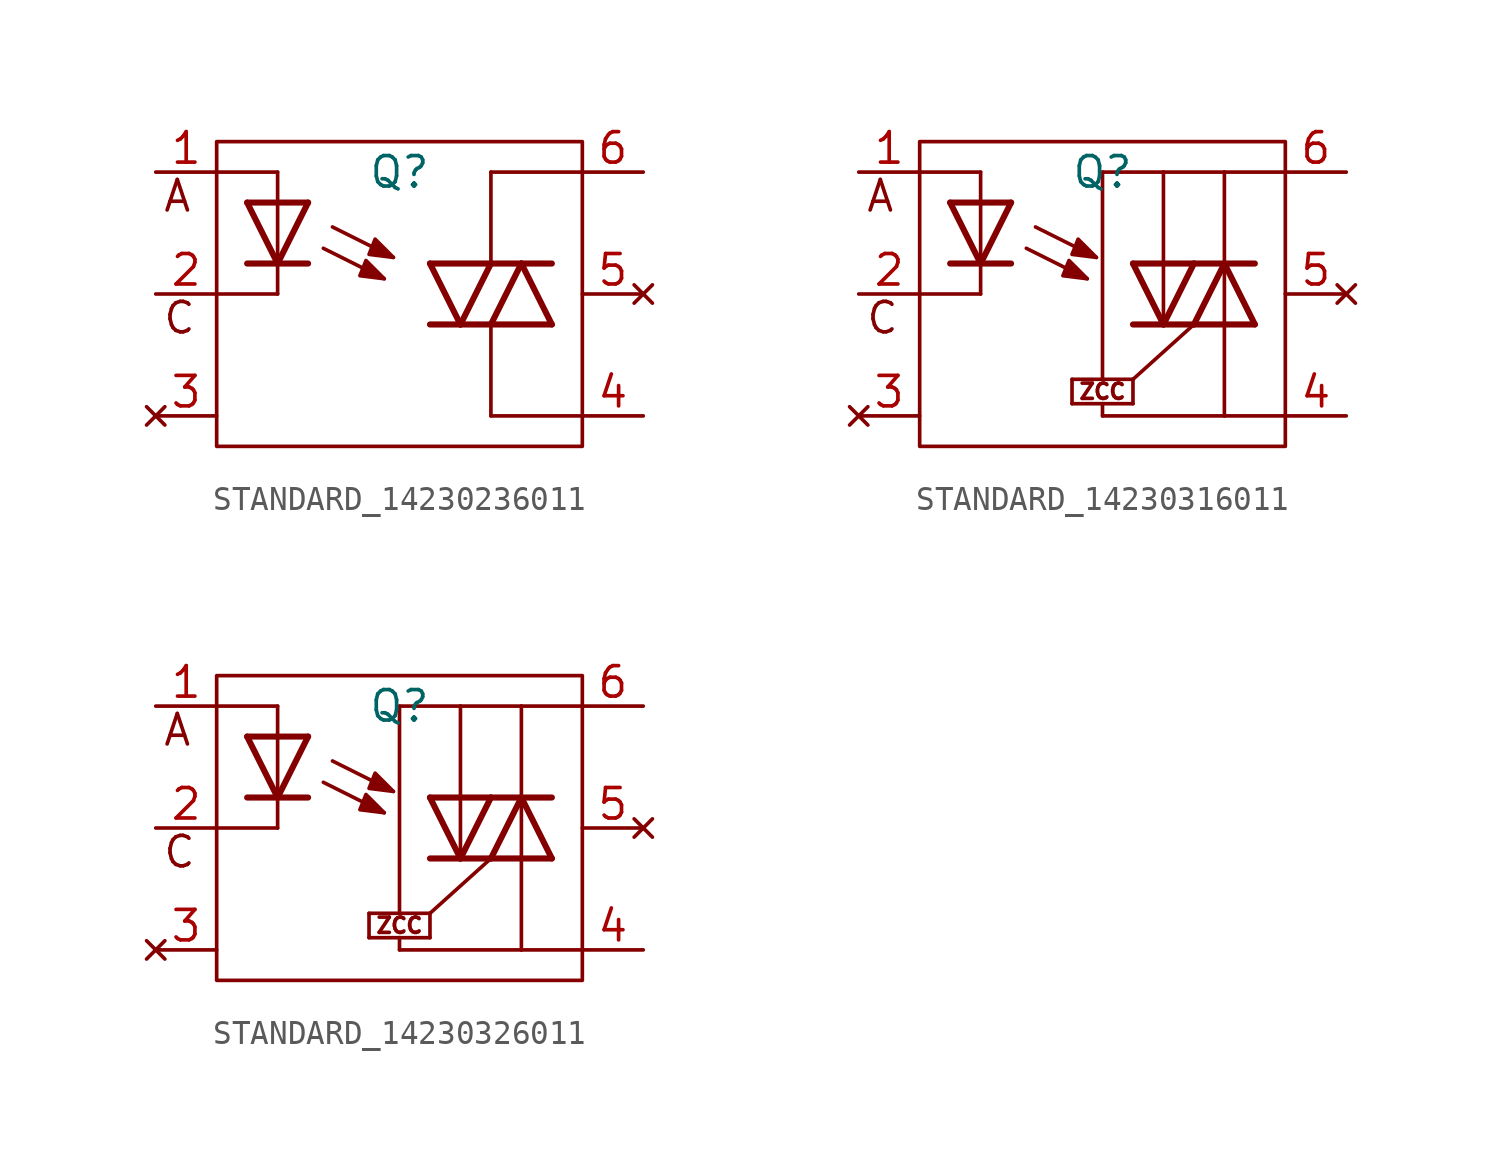
<source format=kicad_sym>
(kicad_symbol_lib
  (version 20220914)
  (generator kicad_symbol_editor)
  (symbol "STANDARD_14230236011"
    (pin_names hide)
    (property "Reference" "Q"
      (at 0 5.08 0)
      (effects (font (size 1.27 1.27))))
    (symbol "STANDARD_14230236011_0_0"
      (rectangle (start -7.62 6.35) (end 7.62 -6.35) (stroke (width 0) (type default)) (fill (type none)))
      (polyline (pts (xy -5.08 0) (xy -7.62 0)) (stroke (width 0.152) (type default)) (fill (type none)))
      (polyline (pts (xy -5.08 1.27) (xy -6.35 1.27)) (stroke (width 0.254) (type default)) (fill (type none)))
      (polyline (pts (xy -5.08 1.27) (xy -6.35 3.81)) (stroke (width 0.254) (type default)) (fill (type none)))
      (polyline (pts (xy -5.08 1.27) (xy -5.08 0)) (stroke (width 0.152) (type default)) (fill (type none)))
      (polyline (pts (xy -5.08 3.81) (xy -6.35 3.81)) (stroke (width 0.254) (type default)) (fill (type none)))
      (polyline (pts (xy -5.08 3.81) (xy -5.08 1.27)) (stroke (width 0.152) (type default)) (fill (type none)))
      (polyline (pts (xy -5.08 3.81) (xy -5.08 5.08)) (stroke (width 0.152) (type default)) (fill (type none)))
      (polyline (pts (xy -5.08 5.08) (xy -7.62 5.08)) (stroke (width 0.152) (type default)) (fill (type none)))
      (polyline (pts (xy -3.81 1.27) (xy -5.08 1.27)) (stroke (width 0.254) (type default)) (fill (type none)))
      (polyline (pts (xy -3.81 3.81) (xy -5.08 1.27)) (stroke (width 0.254) (type default)) (fill (type none)))
      (polyline (pts (xy -3.81 3.81) (xy -5.08 3.81)) (stroke (width 0.254) (type default)) (fill (type none)))
      (polyline (pts (xy -3.175 1.905) (xy -0.635 0.635)) (stroke (width 0.152) (type default)) (fill (type none)))
      (polyline (pts (xy -2.794 2.794) (xy -0.254 1.524)) (stroke (width 0.152) (type default)) (fill (type none)))
      (polyline (pts (xy 2.54 -1.27) (xy 1.27 -1.27)) (stroke (width 0.254) (type default)) (fill (type none)))
      (polyline (pts (xy 2.54 -1.27) (xy 1.27 1.27)) (stroke (width 0.254) (type default)) (fill (type none)))
      (polyline (pts (xy 3.81 -1.27) (xy 2.54 -1.27)) (stroke (width 0.254) (type default)) (fill (type none)))
      (polyline (pts (xy 3.81 -1.27) (xy 3.81 -5.08)) (stroke (width 0.152) (type default)) (fill (type none)))
      (polyline (pts (xy 3.81 -1.27) (xy 5.08 1.27)) (stroke (width 0.254) (type default)) (fill (type none)))
      (polyline (pts (xy 3.81 -1.27) (xy 6.35 -1.27)) (stroke (width 0.254) (type default)) (fill (type none)))
      (polyline (pts (xy 3.81 1.27) (xy 1.27 1.27)) (stroke (width 0.254) (type default)) (fill (type none)))
      (polyline (pts (xy 3.81 1.27) (xy 2.54 -1.27)) (stroke (width 0.254) (type default)) (fill (type none)))
      (polyline (pts (xy 3.81 1.27) (xy 3.81 5.08)) (stroke (width 0.152) (type default)) (fill (type none)))
      (polyline (pts (xy 3.81 1.27) (xy 5.08 1.27)) (stroke (width 0.254) (type default)) (fill (type none)))
      (polyline (pts (xy 5.08 1.27) (xy 6.35 -1.27)) (stroke (width 0.254) (type default)) (fill (type none)))
      (polyline (pts (xy 5.08 1.27) (xy 6.35 1.27)) (stroke (width 0.254) (type default)) (fill (type none)))
      (polyline (pts (xy 7.62 -5.08) (xy 3.81 -5.08)) (stroke (width 0.152) (type default)) (fill (type none)))
      (polyline (pts (xy 7.62 5.08) (xy 3.81 5.08)) (stroke (width 0.152) (type default)) (fill (type none)))
      (polyline (pts (xy -1.397 1.397) (xy -0.635 0.635) (xy -1.651 0.762) (xy -1.397 1.397)) (stroke (width 0.152) (type default)) (fill (type outline)))
      (polyline (pts (xy -1.016 2.286) (xy -0.254 1.524) (xy -1.27 1.651) (xy -1.016 2.286)) (stroke (width 0.152) (type default)) (fill (type outline)))
      (text "A" (at -9.906 4.826 0) (effects (font (size 1.27 1.27)) (justify left top)))
      (text "C" (at -9.906 -0.254 0) (effects (font (size 1.27 1.27)) (justify left top))))
    (symbol "STANDARD_14230236011_1_0"
      (pin passive line (at -10.16 5.08 0) (length 2.54) (name "Anode" (effects (font (size 1.27 1.27)))) (number "1" (effects (font (size 1.27 1.27)))))
      (pin passive line (at -10.16 0 0) (length 2.54) (name "Cathode" (effects (font (size 1.27 1.27)))) (number "2" (effects (font (size 1.27 1.27)))))
      (pin no_connect line (at -10.16 -5.08 0) (length 2.54) (name "NC" (effects (font (size 1.27 1.27)))) (number "3" (effects (font (size 1.27 1.27)))))
      (pin passive line (at 10.16 -5.08 180) (length 2.54) (name "Teminal" (effects (font (size 1.27 1.27)))) (number "4" (effects (font (size 1.27 1.27)))))
      (pin no_connect line (at 10.16 0 180) (length 2.54) (name "NC" (effects (font (size 1.27 1.27)))) (number "5" (effects (font (size 1.27 1.27)))))
      (pin passive line (at 10.16 5.08 180) (length 2.54) (name "Teminal" (effects (font (size 1.27 1.27)))) (number "6" (effects (font (size 1.27 1.27)))))))
  (symbol "STANDARD_14230316011"
    (pin_names hide)
    (property "Reference" "Q"
      (at 0 5.08 0)
      (effects (font (size 1.27 1.27))))
    (symbol "STANDARD_14230316011_0_0"
      (rectangle (start -7.62 6.35) (end 7.62 -6.35) (stroke (width 0) (type default)) (fill (type none)))
      (polyline (pts (xy -5.08 0) (xy -7.62 0)) (stroke (width 0.152) (type default)) (fill (type none)))
      (polyline (pts (xy -5.08 1.27) (xy -6.35 1.27)) (stroke (width 0.254) (type default)) (fill (type none)))
      (polyline (pts (xy -5.08 1.27) (xy -6.35 3.81)) (stroke (width 0.254) (type default)) (fill (type none)))
      (polyline (pts (xy -5.08 1.27) (xy -5.08 0)) (stroke (width 0.152) (type default)) (fill (type none)))
      (polyline (pts (xy -5.08 3.81) (xy -6.35 3.81)) (stroke (width 0.254) (type default)) (fill (type none)))
      (polyline (pts (xy -5.08 3.81) (xy -5.08 1.27)) (stroke (width 0.152) (type default)) (fill (type none)))
      (polyline (pts (xy -5.08 3.81) (xy -5.08 5.08)) (stroke (width 0.152) (type default)) (fill (type none)))
      (polyline (pts (xy -5.08 5.08) (xy -7.62 5.08)) (stroke (width 0.152) (type default)) (fill (type none)))
      (polyline (pts (xy -3.81 1.27) (xy -5.08 1.27)) (stroke (width 0.254) (type default)) (fill (type none)))
      (polyline (pts (xy -3.81 3.81) (xy -5.08 1.27)) (stroke (width 0.254) (type default)) (fill (type none)))
      (polyline (pts (xy -3.81 3.81) (xy -5.08 3.81)) (stroke (width 0.254) (type default)) (fill (type none)))
      (polyline (pts (xy -3.175 1.905) (xy -0.635 0.635)) (stroke (width 0.152) (type default)) (fill (type none)))
      (polyline (pts (xy -2.794 2.794) (xy -0.254 1.524)) (stroke (width 0.152) (type default)) (fill (type none)))
      (polyline (pts (xy -1.27 -4.572) (xy -1.27 -3.556)) (stroke (width 0.152) (type default)) (fill (type none)))
      (polyline (pts (xy -1.27 -3.556) (xy 0 -3.556)) (stroke (width 0.152) (type default)) (fill (type none)))
      (polyline (pts (xy 0 -5.08) (xy 5.08 -5.08)) (stroke (width 0.152) (type default)) (fill (type none)))
      (polyline (pts (xy 0 -4.572) (xy -1.27 -4.572)) (stroke (width 0.152) (type default)) (fill (type none)))
      (polyline (pts (xy 0 -4.572) (xy 0 -5.08)) (stroke (width 0.152) (type default)) (fill (type none)))
      (polyline (pts (xy 0 -3.556) (xy 1.27 -3.556)) (stroke (width 0.152) (type default)) (fill (type none)))
      (polyline (pts (xy 0 5.08) (xy 0 -3.556)) (stroke (width 0.152) (type default)) (fill (type none)))
      (polyline (pts (xy 1.27 -4.572) (xy 0 -4.572)) (stroke (width 0.152) (type default)) (fill (type none)))
      (polyline (pts (xy 1.27 -3.556) (xy 1.27 -4.572)) (stroke (width 0.152) (type default)) (fill (type none)))
      (polyline (pts (xy 1.27 -3.556) (xy 3.81 -1.27)) (stroke (width 0.152) (type default)) (fill (type none)))
      (polyline (pts (xy 2.54 -1.27) (xy 1.27 -1.27)) (stroke (width 0.254) (type default)) (fill (type none)))
      (polyline (pts (xy 2.54 -1.27) (xy 1.27 1.27)) (stroke (width 0.254) (type default)) (fill (type none)))
      (polyline (pts (xy 2.54 1.27) (xy 1.27 1.27)) (stroke (width 0.254) (type default)) (fill (type none)))
      (polyline (pts (xy 2.54 1.27) (xy 2.54 -1.27)) (stroke (width 0.152) (type default)) (fill (type none)))
      (polyline (pts (xy 2.54 1.27) (xy 2.54 5.08)) (stroke (width 0.152) (type default)) (fill (type none)))
      (polyline (pts (xy 2.54 5.08) (xy 0 5.08)) (stroke (width 0.152) (type default)) (fill (type none)))
      (polyline (pts (xy 3.81 -1.27) (xy 2.54 -1.27)) (stroke (width 0.254) (type default)) (fill (type none)))
      (polyline (pts (xy 3.81 -1.27) (xy 5.08 -1.27)) (stroke (width 0.254) (type default)) (fill (type none)))
      (polyline (pts (xy 3.81 -1.27) (xy 5.08 1.27)) (stroke (width 0.254) (type default)) (fill (type none)))
      (polyline (pts (xy 3.81 1.27) (xy 2.54 -1.27)) (stroke (width 0.254) (type default)) (fill (type none)))
      (polyline (pts (xy 3.81 1.27) (xy 2.54 1.27)) (stroke (width 0.254) (type default)) (fill (type none)))
      (polyline (pts (xy 3.81 1.27) (xy 5.08 1.27)) (stroke (width 0.254) (type default)) (fill (type none)))
      (polyline (pts (xy 5.08 -1.27) (xy 5.08 -5.08)) (stroke (width 0.152) (type default)) (fill (type none)))
      (polyline (pts (xy 5.08 -1.27) (xy 5.08 1.27)) (stroke (width 0.152) (type default)) (fill (type none)))
      (polyline (pts (xy 5.08 -1.27) (xy 6.35 -1.27)) (stroke (width 0.254) (type default)) (fill (type none)))
      (polyline (pts (xy 5.08 1.27) (xy 5.08 5.08)) (stroke (width 0.152) (type default)) (fill (type none)))
      (polyline (pts (xy 5.08 1.27) (xy 6.35 -1.27)) (stroke (width 0.254) (type default)) (fill (type none)))
      (polyline (pts (xy 5.08 1.27) (xy 6.35 1.27)) (stroke (width 0.254) (type default)) (fill (type none)))
      (polyline (pts (xy 5.08 5.08) (xy 2.54 5.08)) (stroke (width 0.152) (type default)) (fill (type none)))
      (polyline (pts (xy 7.62 -5.08) (xy 5.08 -5.08)) (stroke (width 0.152) (type default)) (fill (type none)))
      (polyline (pts (xy 7.62 5.08) (xy 5.08 5.08)) (stroke (width 0.152) (type default)) (fill (type none)))
      (polyline (pts (xy -1.397 1.397) (xy -0.635 0.635) (xy -1.651 0.762) (xy -1.397 1.397)) (stroke (width 0.152) (type default)) (fill (type outline)))
      (polyline (pts (xy -1.016 2.286) (xy -0.254 1.524) (xy -1.27 1.651) (xy -1.016 2.286)) (stroke (width 0.152) (type default)) (fill (type outline)))
      (text "A" (at -9.906 4.826 0) (effects (font (size 1.27 1.27)) (justify left top)))
      (text "C" (at -9.906 -0.254 0) (effects (font (size 1.27 1.27)) (justify left top))))
    (symbol "STANDARD_14230316011_1_0"
      (text "ZCC" (at 0 -4.064 0) (effects (font (size 0.635 0.635))))
      (pin passive line (at -10.16 5.08 0) (length 2.54) (name "Anode" (effects (font (size 1.27 1.27)))) (number "1" (effects (font (size 1.27 1.27)))))
      (pin passive line (at -10.16 0 0) (length 2.54) (name "Cathode" (effects (font (size 1.27 1.27)))) (number "2" (effects (font (size 1.27 1.27)))))
      (pin no_connect line (at -10.16 -5.08 0) (length 2.54) (name "NC" (effects (font (size 1.27 1.27)))) (number "3" (effects (font (size 1.27 1.27)))))
      (pin passive line (at 10.16 -5.08 180) (length 2.54) (name "Teminal" (effects (font (size 1.27 1.27)))) (number "4" (effects (font (size 1.27 1.27)))))
      (pin no_connect line (at 10.16 0 180) (length 2.54) (name "NC" (effects (font (size 1.27 1.27)))) (number "5" (effects (font (size 1.27 1.27)))))
      (pin passive line (at 10.16 5.08 180) (length 2.54) (name "Teminal" (effects (font (size 1.27 1.27)))) (number "6" (effects (font (size 1.27 1.27)))))))
  (symbol "STANDARD_14230326011"
    (pin_names hide)
    (property "Reference" "Q"
      (at 0 5.08 0)
      (effects (font (size 1.27 1.27))))
    (symbol "STANDARD_14230326011_0_0"
      (rectangle (start -7.62 6.35) (end 7.62 -6.35) (stroke (width 0) (type default)) (fill (type none)))
      (polyline (pts (xy -5.08 0) (xy -7.62 0)) (stroke (width 0.152) (type default)) (fill (type none)))
      (polyline (pts (xy -5.08 1.27) (xy -6.35 1.27)) (stroke (width 0.254) (type default)) (fill (type none)))
      (polyline (pts (xy -5.08 1.27) (xy -6.35 3.81)) (stroke (width 0.254) (type default)) (fill (type none)))
      (polyline (pts (xy -5.08 1.27) (xy -5.08 0)) (stroke (width 0.152) (type default)) (fill (type none)))
      (polyline (pts (xy -5.08 3.81) (xy -6.35 3.81)) (stroke (width 0.254) (type default)) (fill (type none)))
      (polyline (pts (xy -5.08 3.81) (xy -5.08 1.27)) (stroke (width 0.152) (type default)) (fill (type none)))
      (polyline (pts (xy -5.08 3.81) (xy -5.08 5.08)) (stroke (width 0.152) (type default)) (fill (type none)))
      (polyline (pts (xy -5.08 5.08) (xy -7.62 5.08)) (stroke (width 0.152) (type default)) (fill (type none)))
      (polyline (pts (xy -3.81 1.27) (xy -5.08 1.27)) (stroke (width 0.254) (type default)) (fill (type none)))
      (polyline (pts (xy -3.81 3.81) (xy -5.08 1.27)) (stroke (width 0.254) (type default)) (fill (type none)))
      (polyline (pts (xy -3.81 3.81) (xy -5.08 3.81)) (stroke (width 0.254) (type default)) (fill (type none)))
      (polyline (pts (xy -3.175 1.905) (xy -0.635 0.635)) (stroke (width 0.152) (type default)) (fill (type none)))
      (polyline (pts (xy -2.794 2.794) (xy -0.254 1.524)) (stroke (width 0.152) (type default)) (fill (type none)))
      (polyline (pts (xy -1.27 -4.572) (xy -1.27 -3.556)) (stroke (width 0.152) (type default)) (fill (type none)))
      (polyline (pts (xy -1.27 -3.556) (xy 0 -3.556)) (stroke (width 0.152) (type default)) (fill (type none)))
      (polyline (pts (xy 0 -5.08) (xy 5.08 -5.08)) (stroke (width 0.152) (type default)) (fill (type none)))
      (polyline (pts (xy 0 -4.572) (xy -1.27 -4.572)) (stroke (width 0.152) (type default)) (fill (type none)))
      (polyline (pts (xy 0 -4.572) (xy 0 -5.08)) (stroke (width 0.152) (type default)) (fill (type none)))
      (polyline (pts (xy 0 -3.556) (xy 1.27 -3.556)) (stroke (width 0.152) (type default)) (fill (type none)))
      (polyline (pts (xy 0 5.08) (xy 0 -3.556)) (stroke (width 0.152) (type default)) (fill (type none)))
      (polyline (pts (xy 1.27 -4.572) (xy 0 -4.572)) (stroke (width 0.152) (type default)) (fill (type none)))
      (polyline (pts (xy 1.27 -3.556) (xy 1.27 -4.572)) (stroke (width 0.152) (type default)) (fill (type none)))
      (polyline (pts (xy 1.27 -3.556) (xy 3.81 -1.27)) (stroke (width 0.152) (type default)) (fill (type none)))
      (polyline (pts (xy 2.54 -1.27) (xy 1.27 -1.27)) (stroke (width 0.254) (type default)) (fill (type none)))
      (polyline (pts (xy 2.54 -1.27) (xy 1.27 1.27)) (stroke (width 0.254) (type default)) (fill (type none)))
      (polyline (pts (xy 2.54 1.27) (xy 1.27 1.27)) (stroke (width 0.254) (type default)) (fill (type none)))
      (polyline (pts (xy 2.54 1.27) (xy 2.54 -1.27)) (stroke (width 0.152) (type default)) (fill (type none)))
      (polyline (pts (xy 2.54 1.27) (xy 2.54 5.08)) (stroke (width 0.152) (type default)) (fill (type none)))
      (polyline (pts (xy 2.54 5.08) (xy 0 5.08)) (stroke (width 0.152) (type default)) (fill (type none)))
      (polyline (pts (xy 3.81 -1.27) (xy 2.54 -1.27)) (stroke (width 0.254) (type default)) (fill (type none)))
      (polyline (pts (xy 3.81 -1.27) (xy 5.08 -1.27)) (stroke (width 0.254) (type default)) (fill (type none)))
      (polyline (pts (xy 3.81 -1.27) (xy 5.08 1.27)) (stroke (width 0.254) (type default)) (fill (type none)))
      (polyline (pts (xy 3.81 1.27) (xy 2.54 -1.27)) (stroke (width 0.254) (type default)) (fill (type none)))
      (polyline (pts (xy 3.81 1.27) (xy 2.54 1.27)) (stroke (width 0.254) (type default)) (fill (type none)))
      (polyline (pts (xy 3.81 1.27) (xy 5.08 1.27)) (stroke (width 0.254) (type default)) (fill (type none)))
      (polyline (pts (xy 5.08 -1.27) (xy 5.08 -5.08)) (stroke (width 0.152) (type default)) (fill (type none)))
      (polyline (pts (xy 5.08 -1.27) (xy 5.08 1.27)) (stroke (width 0.152) (type default)) (fill (type none)))
      (polyline (pts (xy 5.08 -1.27) (xy 6.35 -1.27)) (stroke (width 0.254) (type default)) (fill (type none)))
      (polyline (pts (xy 5.08 1.27) (xy 5.08 5.08)) (stroke (width 0.152) (type default)) (fill (type none)))
      (polyline (pts (xy 5.08 1.27) (xy 6.35 -1.27)) (stroke (width 0.254) (type default)) (fill (type none)))
      (polyline (pts (xy 5.08 1.27) (xy 6.35 1.27)) (stroke (width 0.254) (type default)) (fill (type none)))
      (polyline (pts (xy 5.08 5.08) (xy 2.54 5.08)) (stroke (width 0.152) (type default)) (fill (type none)))
      (polyline (pts (xy 7.62 -5.08) (xy 5.08 -5.08)) (stroke (width 0.152) (type default)) (fill (type none)))
      (polyline (pts (xy 7.62 5.08) (xy 5.08 5.08)) (stroke (width 0.152) (type default)) (fill (type none)))
      (polyline (pts (xy -1.397 1.397) (xy -0.635 0.635) (xy -1.651 0.762) (xy -1.397 1.397)) (stroke (width 0.152) (type default)) (fill (type outline)))
      (polyline (pts (xy -1.016 2.286) (xy -0.254 1.524) (xy -1.27 1.651) (xy -1.016 2.286)) (stroke (width 0.152) (type default)) (fill (type outline)))
      (text "A" (at -9.906 4.826 0) (effects (font (size 1.27 1.27)) (justify left top)))
      (text "C" (at -9.906 -0.254 0) (effects (font (size 1.27 1.27)) (justify left top))))
    (symbol "STANDARD_14230326011_1_0"
      (text "ZCC" (at 0 -4.064 0) (effects (font (size 0.635 0.635))))
      (pin passive line (at -10.16 5.08 0) (length 2.54) (name "Anode" (effects (font (size 1.27 1.27)))) (number "1" (effects (font (size 1.27 1.27)))))
      (pin passive line (at -10.16 0 0) (length 2.54) (name "Cathode" (effects (font (size 1.27 1.27)))) (number "2" (effects (font (size 1.27 1.27)))))
      (pin no_connect line (at -10.16 -5.08 0) (length 2.54) (name "NC" (effects (font (size 1.27 1.27)))) (number "3" (effects (font (size 1.27 1.27)))))
      (pin passive line (at 10.16 -5.08 180) (length 2.54) (name "Teminal" (effects (font (size 1.27 1.27)))) (number "4" (effects (font (size 1.27 1.27)))))
      (pin no_connect line (at 10.16 0 180) (length 2.54) (name "NC" (effects (font (size 1.27 1.27)))) (number "5" (effects (font (size 1.27 1.27)))))
      (pin passive line (at 10.16 5.08 180) (length 2.54) (name "Teminal" (effects (font (size 1.27 1.27)))) (number "6" (effects (font (size 1.27 1.27))))))))
</source>
